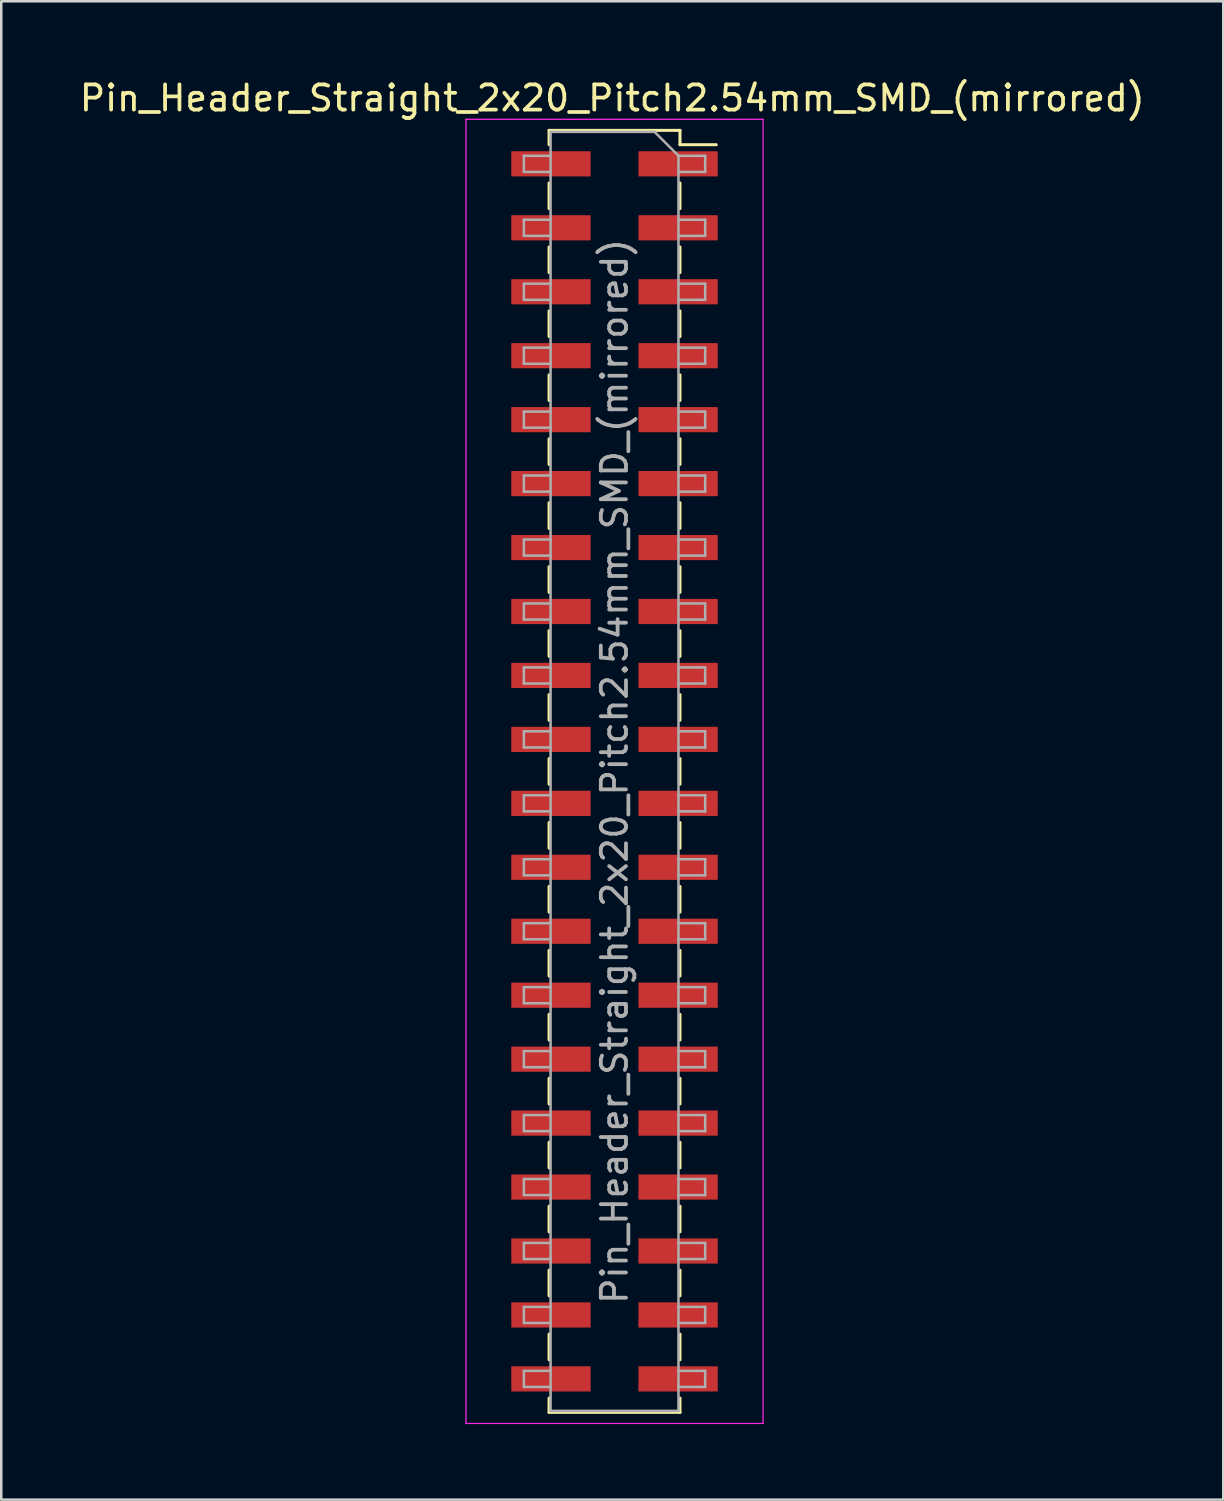
<source format=kicad_pcb>
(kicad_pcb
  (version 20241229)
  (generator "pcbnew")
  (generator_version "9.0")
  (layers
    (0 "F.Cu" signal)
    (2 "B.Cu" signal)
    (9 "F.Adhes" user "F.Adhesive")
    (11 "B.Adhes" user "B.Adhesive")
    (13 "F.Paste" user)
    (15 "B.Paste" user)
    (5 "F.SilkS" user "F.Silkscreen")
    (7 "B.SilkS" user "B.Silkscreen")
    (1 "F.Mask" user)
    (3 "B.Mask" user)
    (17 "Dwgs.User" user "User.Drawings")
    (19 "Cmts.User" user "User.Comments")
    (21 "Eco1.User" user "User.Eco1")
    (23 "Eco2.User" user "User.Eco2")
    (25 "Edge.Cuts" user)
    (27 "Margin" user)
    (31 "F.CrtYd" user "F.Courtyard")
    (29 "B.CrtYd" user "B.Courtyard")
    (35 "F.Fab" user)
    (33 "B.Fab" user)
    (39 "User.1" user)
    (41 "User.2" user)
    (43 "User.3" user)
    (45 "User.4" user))
  (footprint "Pin_Header_Straight_2x20_Pitch2.54mm_SMD_(mirrored)"
    (layer "F.Cu")
    (at 21.348 27.588)
    (property "Reference" "Pin_Header_Straight_2x20_Pitch2.54mm_SMD_(mirrored)" (at -0.08 -26.74 0) (layer "F.SilkS") (effects (font (size 1 1) (thickness 0.15))))
    (attr smd)
    (fp_line (start -2.59 -25.46) (end -2.59 -24.89) (stroke (width 0.12) (type solid)) (layer "F.SilkS"))
    (fp_line (start -2.59 -23.37) (end -2.59 -22.35) (stroke (width 0.12) (type solid)) (layer "F.SilkS"))
    (fp_line (start -2.59 -20.83) (end -2.59 -19.81) (stroke (width 0.12) (type solid)) (layer "F.SilkS"))
    (fp_line (start -2.59 -18.29) (end -2.59 -17.27) (stroke (width 0.12) (type solid)) (layer "F.SilkS"))
    (fp_line (start -2.59 -15.75) (end -2.59 -14.73) (stroke (width 0.12) (type solid)) (layer "F.SilkS"))
    (fp_line (start -2.59 -13.21) (end -2.59 -12.19) (stroke (width 0.12) (type solid)) (layer "F.SilkS"))
    (fp_line (start -2.59 -10.67) (end -2.59 -9.65) (stroke (width 0.12) (type solid)) (layer "F.SilkS"))
    (fp_line (start -2.59 -8.13) (end -2.59 -7.11) (stroke (width 0.12) (type solid)) (layer "F.SilkS"))
    (fp_line (start -2.59 -5.59) (end -2.59 -4.57) (stroke (width 0.12) (type solid)) (layer "F.SilkS"))
    (fp_line (start -2.59 -3.05) (end -2.59 -2.03) (stroke (width 0.12) (type solid)) (layer "F.SilkS"))
    (fp_line (start -2.59 -0.51) (end -2.59 0.51) (stroke (width 0.12) (type solid)) (layer "F.SilkS"))
    (fp_line (start -2.59 2.03) (end -2.59 3.05) (stroke (width 0.12) (type solid)) (layer "F.SilkS"))
    (fp_line (start -2.59 4.57) (end -2.59 5.59) (stroke (width 0.12) (type solid)) (layer "F.SilkS"))
    (fp_line (start -2.59 7.11) (end -2.59 8.13) (stroke (width 0.12) (type solid)) (layer "F.SilkS"))
    (fp_line (start -2.59 9.65) (end -2.59 10.67) (stroke (width 0.12) (type solid)) (layer "F.SilkS"))
    (fp_line (start -2.59 12.19) (end -2.59 13.21) (stroke (width 0.12) (type solid)) (layer "F.SilkS"))
    (fp_line (start -2.59 14.73) (end -2.59 15.75) (stroke (width 0.12) (type solid)) (layer "F.SilkS"))
    (fp_line (start -2.59 17.27) (end -2.59 18.29) (stroke (width 0.12) (type solid)) (layer "F.SilkS"))
    (fp_line (start -2.59 19.81) (end -2.59 20.83) (stroke (width 0.12) (type solid)) (layer "F.SilkS"))
    (fp_line (start -2.59 22.35) (end -2.59 23.37) (stroke (width 0.12) (type solid)) (layer "F.SilkS"))
    (fp_line (start -2.59 24.89) (end -2.59 25.46) (stroke (width 0.12) (type solid)) (layer "F.SilkS"))
    (fp_line (start 2.61 -25.46) (end -2.59 -25.46) (stroke (width 0.12) (type solid)) (layer "F.SilkS"))
    (fp_line (start 2.61 -25.46) (end 2.61 -24.89) (stroke (width 0.12) (type solid)) (layer "F.SilkS"))
    (fp_line (start 2.61 -23.37) (end 2.61 -22.35) (stroke (width 0.12) (type solid)) (layer "F.SilkS"))
    (fp_line (start 2.61 -20.83) (end 2.61 -19.81) (stroke (width 0.12) (type solid)) (layer "F.SilkS"))
    (fp_line (start 2.61 -18.29) (end 2.61 -17.27) (stroke (width 0.12) (type solid)) (layer "F.SilkS"))
    (fp_line (start 2.61 -15.75) (end 2.61 -14.73) (stroke (width 0.12) (type solid)) (layer "F.SilkS"))
    (fp_line (start 2.61 -13.21) (end 2.61 -12.19) (stroke (width 0.12) (type solid)) (layer "F.SilkS"))
    (fp_line (start 2.61 -10.67) (end 2.61 -9.65) (stroke (width 0.12) (type solid)) (layer "F.SilkS"))
    (fp_line (start 2.61 -8.13) (end 2.61 -7.11) (stroke (width 0.12) (type solid)) (layer "F.SilkS"))
    (fp_line (start 2.61 -5.59) (end 2.61 -4.57) (stroke (width 0.12) (type solid)) (layer "F.SilkS"))
    (fp_line (start 2.61 -3.05) (end 2.61 -2.03) (stroke (width 0.12) (type solid)) (layer "F.SilkS"))
    (fp_line (start 2.61 -0.51) (end 2.61 0.51) (stroke (width 0.12) (type solid)) (layer "F.SilkS"))
    (fp_line (start 2.61 2.03) (end 2.61 3.05) (stroke (width 0.12) (type solid)) (layer "F.SilkS"))
    (fp_line (start 2.61 4.57) (end 2.61 5.59) (stroke (width 0.12) (type solid)) (layer "F.SilkS"))
    (fp_line (start 2.61 7.11) (end 2.61 8.13) (stroke (width 0.12) (type solid)) (layer "F.SilkS"))
    (fp_line (start 2.61 9.65) (end 2.61 10.67) (stroke (width 0.12) (type solid)) (layer "F.SilkS"))
    (fp_line (start 2.61 12.19) (end 2.61 13.21) (stroke (width 0.12) (type solid)) (layer "F.SilkS"))
    (fp_line (start 2.61 14.73) (end 2.61 15.75) (stroke (width 0.12) (type solid)) (layer "F.SilkS"))
    (fp_line (start 2.61 17.27) (end 2.61 18.29) (stroke (width 0.12) (type solid)) (layer "F.SilkS"))
    (fp_line (start 2.61 19.81) (end 2.61 20.83) (stroke (width 0.12) (type solid)) (layer "F.SilkS"))
    (fp_line (start 2.61 22.35) (end 2.61 23.37) (stroke (width 0.12) (type solid)) (layer "F.SilkS"))
    (fp_line (start 2.61 24.89) (end 2.61 25.46) (stroke (width 0.12) (type solid)) (layer "F.SilkS"))
    (fp_line (start 2.61 25.46) (end -2.59 25.46) (stroke (width 0.12) (type solid)) (layer "F.SilkS"))
    (fp_line (start 4.05 -24.89) (end 2.61 -24.89) (stroke (width 0.12) (type solid)) (layer "F.SilkS"))
    (fp_line (start -5.89 -25.9) (end 5.91 -25.9) (stroke (width 0.05) (type solid)) (layer "F.CrtYd"))
    (fp_line (start -5.89 25.9) (end -5.89 -25.9) (stroke (width 0.05) (type solid)) (layer "F.CrtYd"))
    (fp_line (start 5.91 -25.9) (end 5.91 25.9) (stroke (width 0.05) (type solid)) (layer "F.CrtYd"))
    (fp_line (start 5.91 25.9) (end -5.89 25.9) (stroke (width 0.05) (type solid)) (layer "F.CrtYd"))
    (fp_line (start -3.59 -24.45) (end -3.59 -23.81) (stroke (width 0.1) (type solid)) (layer "F.Fab"))
    (fp_line (start -3.59 -23.81) (end -2.53 -23.81) (stroke (width 0.1) (type solid)) (layer "F.Fab"))
    (fp_line (start -3.59 -21.91) (end -3.59 -21.27) (stroke (width 0.1) (type solid)) (layer "F.Fab"))
    (fp_line (start -3.59 -21.27) (end -2.53 -21.27) (stroke (width 0.1) (type solid)) (layer "F.Fab"))
    (fp_line (start -3.59 -19.37) (end -3.59 -18.73) (stroke (width 0.1) (type solid)) (layer "F.Fab"))
    (fp_line (start -3.59 -18.73) (end -2.53 -18.73) (stroke (width 0.1) (type solid)) (layer "F.Fab"))
    (fp_line (start -3.59 -16.83) (end -3.59 -16.19) (stroke (width 0.1) (type solid)) (layer "F.Fab"))
    (fp_line (start -3.59 -16.19) (end -2.53 -16.19) (stroke (width 0.1) (type solid)) (layer "F.Fab"))
    (fp_line (start -3.59 -14.29) (end -3.59 -13.65) (stroke (width 0.1) (type solid)) (layer "F.Fab"))
    (fp_line (start -3.59 -13.65) (end -2.53 -13.65) (stroke (width 0.1) (type solid)) (layer "F.Fab"))
    (fp_line (start -3.59 -11.75) (end -3.59 -11.11) (stroke (width 0.1) (type solid)) (layer "F.Fab"))
    (fp_line (start -3.59 -11.11) (end -2.53 -11.11) (stroke (width 0.1) (type solid)) (layer "F.Fab"))
    (fp_line (start -3.59 -9.21) (end -3.59 -8.57) (stroke (width 0.1) (type solid)) (layer "F.Fab"))
    (fp_line (start -3.59 -8.57) (end -2.53 -8.57) (stroke (width 0.1) (type solid)) (layer "F.Fab"))
    (fp_line (start -3.59 -6.67) (end -3.59 -6.03) (stroke (width 0.1) (type solid)) (layer "F.Fab"))
    (fp_line (start -3.59 -6.03) (end -2.53 -6.03) (stroke (width 0.1) (type solid)) (layer "F.Fab"))
    (fp_line (start -3.59 -4.13) (end -3.59 -3.49) (stroke (width 0.1) (type solid)) (layer "F.Fab"))
    (fp_line (start -3.59 -3.49) (end -2.53 -3.49) (stroke (width 0.1) (type solid)) (layer "F.Fab"))
    (fp_line (start -3.59 -1.59) (end -3.59 -0.95) (stroke (width 0.1) (type solid)) (layer "F.Fab"))
    (fp_line (start -3.59 -0.95) (end -2.53 -0.95) (stroke (width 0.1) (type solid)) (layer "F.Fab"))
    (fp_line (start -3.59 0.95) (end -3.59 1.59) (stroke (width 0.1) (type solid)) (layer "F.Fab"))
    (fp_line (start -3.59 1.59) (end -2.53 1.59) (stroke (width 0.1) (type solid)) (layer "F.Fab"))
    (fp_line (start -3.59 3.49) (end -3.59 4.13) (stroke (width 0.1) (type solid)) (layer "F.Fab"))
    (fp_line (start -3.59 4.13) (end -2.53 4.13) (stroke (width 0.1) (type solid)) (layer "F.Fab"))
    (fp_line (start -3.59 6.03) (end -3.59 6.67) (stroke (width 0.1) (type solid)) (layer "F.Fab"))
    (fp_line (start -3.59 6.67) (end -2.53 6.67) (stroke (width 0.1) (type solid)) (layer "F.Fab"))
    (fp_line (start -3.59 8.57) (end -3.59 9.21) (stroke (width 0.1) (type solid)) (layer "F.Fab"))
    (fp_line (start -3.59 9.21) (end -2.53 9.21) (stroke (width 0.1) (type solid)) (layer "F.Fab"))
    (fp_line (start -3.59 11.11) (end -3.59 11.75) (stroke (width 0.1) (type solid)) (layer "F.Fab"))
    (fp_line (start -3.59 11.75) (end -2.53 11.75) (stroke (width 0.1) (type solid)) (layer "F.Fab"))
    (fp_line (start -3.59 13.65) (end -3.59 14.29) (stroke (width 0.1) (type solid)) (layer "F.Fab"))
    (fp_line (start -3.59 14.29) (end -2.53 14.29) (stroke (width 0.1) (type solid)) (layer "F.Fab"))
    (fp_line (start -3.59 16.19) (end -3.59 16.83) (stroke (width 0.1) (type solid)) (layer "F.Fab"))
    (fp_line (start -3.59 16.83) (end -2.53 16.83) (stroke (width 0.1) (type solid)) (layer "F.Fab"))
    (fp_line (start -3.59 18.73) (end -3.59 19.37) (stroke (width 0.1) (type solid)) (layer "F.Fab"))
    (fp_line (start -3.59 19.37) (end -2.53 19.37) (stroke (width 0.1) (type solid)) (layer "F.Fab"))
    (fp_line (start -3.59 21.27) (end -3.59 21.91) (stroke (width 0.1) (type solid)) (layer "F.Fab"))
    (fp_line (start -3.59 21.91) (end -2.53 21.91) (stroke (width 0.1) (type solid)) (layer "F.Fab"))
    (fp_line (start -3.59 23.81) (end -3.59 24.45) (stroke (width 0.1) (type solid)) (layer "F.Fab"))
    (fp_line (start -3.59 24.45) (end -2.53 24.45) (stroke (width 0.1) (type solid)) (layer "F.Fab"))
    (fp_line (start -2.53 -25.4) (end -2.53 25.4) (stroke (width 0.1) (type solid)) (layer "F.Fab"))
    (fp_line (start -2.53 -24.45) (end -3.59 -24.45) (stroke (width 0.1) (type solid)) (layer "F.Fab"))
    (fp_line (start -2.53 -21.91) (end -3.59 -21.91) (stroke (width 0.1) (type solid)) (layer "F.Fab"))
    (fp_line (start -2.53 -19.37) (end -3.59 -19.37) (stroke (width 0.1) (type solid)) (layer "F.Fab"))
    (fp_line (start -2.53 -16.83) (end -3.59 -16.83) (stroke (width 0.1) (type solid)) (layer "F.Fab"))
    (fp_line (start -2.53 -14.29) (end -3.59 -14.29) (stroke (width 0.1) (type solid)) (layer "F.Fab"))
    (fp_line (start -2.53 -11.75) (end -3.59 -11.75) (stroke (width 0.1) (type solid)) (layer "F.Fab"))
    (fp_line (start -2.53 -9.21) (end -3.59 -9.21) (stroke (width 0.1) (type solid)) (layer "F.Fab"))
    (fp_line (start -2.53 -6.67) (end -3.59 -6.67) (stroke (width 0.1) (type solid)) (layer "F.Fab"))
    (fp_line (start -2.53 -4.13) (end -3.59 -4.13) (stroke (width 0.1) (type solid)) (layer "F.Fab"))
    (fp_line (start -2.53 -1.59) (end -3.59 -1.59) (stroke (width 0.1) (type solid)) (layer "F.Fab"))
    (fp_line (start -2.53 0.95) (end -3.59 0.95) (stroke (width 0.1) (type solid)) (layer "F.Fab"))
    (fp_line (start -2.53 3.49) (end -3.59 3.49) (stroke (width 0.1) (type solid)) (layer "F.Fab"))
    (fp_line (start -2.53 6.03) (end -3.59 6.03) (stroke (width 0.1) (type solid)) (layer "F.Fab"))
    (fp_line (start -2.53 8.57) (end -3.59 8.57) (stroke (width 0.1) (type solid)) (layer "F.Fab"))
    (fp_line (start -2.53 11.11) (end -3.59 11.11) (stroke (width 0.1) (type solid)) (layer "F.Fab"))
    (fp_line (start -2.53 13.65) (end -3.59 13.65) (stroke (width 0.1) (type solid)) (layer "F.Fab"))
    (fp_line (start -2.53 16.19) (end -3.59 16.19) (stroke (width 0.1) (type solid)) (layer "F.Fab"))
    (fp_line (start -2.53 18.73) (end -3.59 18.73) (stroke (width 0.1) (type solid)) (layer "F.Fab"))
    (fp_line (start -2.53 21.27) (end -3.59 21.27) (stroke (width 0.1) (type solid)) (layer "F.Fab"))
    (fp_line (start -2.53 23.81) (end -3.59 23.81) (stroke (width 0.1) (type solid)) (layer "F.Fab"))
    (fp_line (start -2.53 25.4) (end 2.55 25.4) (stroke (width 0.1) (type solid)) (layer "F.Fab"))
    (fp_line (start 1.6 -25.4) (end -2.53 -25.4) (stroke (width 0.1) (type solid)) (layer "F.Fab"))
    (fp_line (start 2.55 -24.45) (end 1.6 -25.4) (stroke (width 0.1) (type solid)) (layer "F.Fab"))
    (fp_line (start 2.55 -24.45) (end 3.61 -24.45) (stroke (width 0.1) (type solid)) (layer "F.Fab"))
    (fp_line (start 2.55 -21.91) (end 3.61 -21.91) (stroke (width 0.1) (type solid)) (layer "F.Fab"))
    (fp_line (start 2.55 -19.37) (end 3.61 -19.37) (stroke (width 0.1) (type solid)) (layer "F.Fab"))
    (fp_line (start 2.55 -16.83) (end 3.61 -16.83) (stroke (width 0.1) (type solid)) (layer "F.Fab"))
    (fp_line (start 2.55 -14.29) (end 3.61 -14.29) (stroke (width 0.1) (type solid)) (layer "F.Fab"))
    (fp_line (start 2.55 -11.75) (end 3.61 -11.75) (stroke (width 0.1) (type solid)) (layer "F.Fab"))
    (fp_line (start 2.55 -9.21) (end 3.61 -9.21) (stroke (width 0.1) (type solid)) (layer "F.Fab"))
    (fp_line (start 2.55 -6.67) (end 3.61 -6.67) (stroke (width 0.1) (type solid)) (layer "F.Fab"))
    (fp_line (start 2.55 -4.13) (end 3.61 -4.13) (stroke (width 0.1) (type solid)) (layer "F.Fab"))
    (fp_line (start 2.55 -1.59) (end 3.61 -1.59) (stroke (width 0.1) (type solid)) (layer "F.Fab"))
    (fp_line (start 2.55 0.95) (end 3.61 0.95) (stroke (width 0.1) (type solid)) (layer "F.Fab"))
    (fp_line (start 2.55 3.49) (end 3.61 3.49) (stroke (width 0.1) (type solid)) (layer "F.Fab"))
    (fp_line (start 2.55 6.03) (end 3.61 6.03) (stroke (width 0.1) (type solid)) (layer "F.Fab"))
    (fp_line (start 2.55 8.57) (end 3.61 8.57) (stroke (width 0.1) (type solid)) (layer "F.Fab"))
    (fp_line (start 2.55 11.11) (end 3.61 11.11) (stroke (width 0.1) (type solid)) (layer "F.Fab"))
    (fp_line (start 2.55 13.65) (end 3.61 13.65) (stroke (width 0.1) (type solid)) (layer "F.Fab"))
    (fp_line (start 2.55 16.19) (end 3.61 16.19) (stroke (width 0.1) (type solid)) (layer "F.Fab"))
    (fp_line (start 2.55 18.73) (end 3.61 18.73) (stroke (width 0.1) (type solid)) (layer "F.Fab"))
    (fp_line (start 2.55 21.27) (end 3.61 21.27) (stroke (width 0.1) (type solid)) (layer "F.Fab"))
    (fp_line (start 2.55 23.81) (end 3.61 23.81) (stroke (width 0.1) (type solid)) (layer "F.Fab"))
    (fp_line (start 2.55 25.4) (end 2.55 -24.45) (stroke (width 0.1) (type solid)) (layer "F.Fab"))
    (fp_line (start 3.61 -24.45) (end 3.61 -23.81) (stroke (width 0.1) (type solid)) (layer "F.Fab"))
    (fp_line (start 3.61 -23.81) (end 2.55 -23.81) (stroke (width 0.1) (type solid)) (layer "F.Fab"))
    (fp_line (start 3.61 -21.91) (end 3.61 -21.27) (stroke (width 0.1) (type solid)) (layer "F.Fab"))
    (fp_line (start 3.61 -21.27) (end 2.55 -21.27) (stroke (width 0.1) (type solid)) (layer "F.Fab"))
    (fp_line (start 3.61 -19.37) (end 3.61 -18.73) (stroke (width 0.1) (type solid)) (layer "F.Fab"))
    (fp_line (start 3.61 -18.73) (end 2.55 -18.73) (stroke (width 0.1) (type solid)) (layer "F.Fab"))
    (fp_line (start 3.61 -16.83) (end 3.61 -16.19) (stroke (width 0.1) (type solid)) (layer "F.Fab"))
    (fp_line (start 3.61 -16.19) (end 2.55 -16.19) (stroke (width 0.1) (type solid)) (layer "F.Fab"))
    (fp_line (start 3.61 -14.29) (end 3.61 -13.65) (stroke (width 0.1) (type solid)) (layer "F.Fab"))
    (fp_line (start 3.61 -13.65) (end 2.55 -13.65) (stroke (width 0.1) (type solid)) (layer "F.Fab"))
    (fp_line (start 3.61 -11.75) (end 3.61 -11.11) (stroke (width 0.1) (type solid)) (layer "F.Fab"))
    (fp_line (start 3.61 -11.11) (end 2.55 -11.11) (stroke (width 0.1) (type solid)) (layer "F.Fab"))
    (fp_line (start 3.61 -9.21) (end 3.61 -8.57) (stroke (width 0.1) (type solid)) (layer "F.Fab"))
    (fp_line (start 3.61 -8.57) (end 2.55 -8.57) (stroke (width 0.1) (type solid)) (layer "F.Fab"))
    (fp_line (start 3.61 -6.67) (end 3.61 -6.03) (stroke (width 0.1) (type solid)) (layer "F.Fab"))
    (fp_line (start 3.61 -6.03) (end 2.55 -6.03) (stroke (width 0.1) (type solid)) (layer "F.Fab"))
    (fp_line (start 3.61 -4.13) (end 3.61 -3.49) (stroke (width 0.1) (type solid)) (layer "F.Fab"))
    (fp_line (start 3.61 -3.49) (end 2.55 -3.49) (stroke (width 0.1) (type solid)) (layer "F.Fab"))
    (fp_line (start 3.61 -1.59) (end 3.61 -0.95) (stroke (width 0.1) (type solid)) (layer "F.Fab"))
    (fp_line (start 3.61 -0.95) (end 2.55 -0.95) (stroke (width 0.1) (type solid)) (layer "F.Fab"))
    (fp_line (start 3.61 0.95) (end 3.61 1.59) (stroke (width 0.1) (type solid)) (layer "F.Fab"))
    (fp_line (start 3.61 1.59) (end 2.55 1.59) (stroke (width 0.1) (type solid)) (layer "F.Fab"))
    (fp_line (start 3.61 3.49) (end 3.61 4.13) (stroke (width 0.1) (type solid)) (layer "F.Fab"))
    (fp_line (start 3.61 4.13) (end 2.55 4.13) (stroke (width 0.1) (type solid)) (layer "F.Fab"))
    (fp_line (start 3.61 6.03) (end 3.61 6.67) (stroke (width 0.1) (type solid)) (layer "F.Fab"))
    (fp_line (start 3.61 6.67) (end 2.55 6.67) (stroke (width 0.1) (type solid)) (layer "F.Fab"))
    (fp_line (start 3.61 8.57) (end 3.61 9.21) (stroke (width 0.1) (type solid)) (layer "F.Fab"))
    (fp_line (start 3.61 9.21) (end 2.55 9.21) (stroke (width 0.1) (type solid)) (layer "F.Fab"))
    (fp_line (start 3.61 11.11) (end 3.61 11.75) (stroke (width 0.1) (type solid)) (layer "F.Fab"))
    (fp_line (start 3.61 11.75) (end 2.55 11.75) (stroke (width 0.1) (type solid)) (layer "F.Fab"))
    (fp_line (start 3.61 13.65) (end 3.61 14.29) (stroke (width 0.1) (type solid)) (layer "F.Fab"))
    (fp_line (start 3.61 14.29) (end 2.55 14.29) (stroke (width 0.1) (type solid)) (layer "F.Fab"))
    (fp_line (start 3.61 16.19) (end 3.61 16.83) (stroke (width 0.1) (type solid)) (layer "F.Fab"))
    (fp_line (start 3.61 16.83) (end 2.55 16.83) (stroke (width 0.1) (type solid)) (layer "F.Fab"))
    (fp_line (start 3.61 18.73) (end 3.61 19.37) (stroke (width 0.1) (type solid)) (layer "F.Fab"))
    (fp_line (start 3.61 19.37) (end 2.55 19.37) (stroke (width 0.1) (type solid)) (layer "F.Fab"))
    (fp_line (start 3.61 21.27) (end 3.61 21.91) (stroke (width 0.1) (type solid)) (layer "F.Fab"))
    (fp_line (start 3.61 21.91) (end 2.55 21.91) (stroke (width 0.1) (type solid)) (layer "F.Fab"))
    (fp_line (start 3.61 23.81) (end 3.61 24.45) (stroke (width 0.1) (type solid)) (layer "F.Fab"))
    (fp_line (start 3.61 24.45) (end 2.55 24.45) (stroke (width 0.1) (type solid)) (layer "F.Fab"))
    (fp_text user "${REFERENCE}" (at 0.01 0 270) (layer "F.Fab") (effects (font (size 1 1) (thickness 0.15))))
    (pad "1" smd rect (at 2.535 -24.13) (size 3.15 1) (layers "F.Cu" "F.Mask" "F.Paste"))
    (pad "2" smd rect (at -2.515 -24.13) (size 3.15 1) (layers "F.Cu" "F.Mask" "F.Paste"))
    (pad "3" smd rect (at 2.535 -21.59) (size 3.15 1) (layers "F.Cu" "F.Mask" "F.Paste"))
    (pad "4" smd rect (at -2.515 -21.59) (size 3.15 1) (layers "F.Cu" "F.Mask" "F.Paste"))
    (pad "5" smd rect (at 2.535 -19.05) (size 3.15 1) (layers "F.Cu" "F.Mask" "F.Paste"))
    (pad "6" smd rect (at -2.515 -19.05) (size 3.15 1) (layers "F.Cu" "F.Mask" "F.Paste"))
    (pad "7" smd rect (at 2.535 -16.51) (size 3.15 1) (layers "F.Cu" "F.Mask" "F.Paste"))
    (pad "8" smd rect (at -2.515 -16.51) (size 3.15 1) (layers "F.Cu" "F.Mask" "F.Paste"))
    (pad "9" smd rect (at 2.535 -13.97) (size 3.15 1) (layers "F.Cu" "F.Mask" "F.Paste"))
    (pad "10" smd rect (at -2.515 -13.97) (size 3.15 1) (layers "F.Cu" "F.Mask" "F.Paste"))
    (pad "11" smd rect (at 2.535 -11.43) (size 3.15 1) (layers "F.Cu" "F.Mask" "F.Paste"))
    (pad "12" smd rect (at -2.515 -11.43) (size 3.15 1) (layers "F.Cu" "F.Mask" "F.Paste"))
    (pad "13" smd rect (at 2.535 -8.89) (size 3.15 1) (layers "F.Cu" "F.Mask" "F.Paste"))
    (pad "14" smd rect (at -2.515 -8.89) (size 3.15 1) (layers "F.Cu" "F.Mask" "F.Paste"))
    (pad "15" smd rect (at 2.535 -6.35) (size 3.15 1) (layers "F.Cu" "F.Mask" "F.Paste"))
    (pad "16" smd rect (at -2.515 -6.35) (size 3.15 1) (layers "F.Cu" "F.Mask" "F.Paste"))
    (pad "17" smd rect (at 2.535 -3.81) (size 3.15 1) (layers "F.Cu" "F.Mask" "F.Paste"))
    (pad "18" smd rect (at -2.515 -3.81) (size 3.15 1) (layers "F.Cu" "F.Mask" "F.Paste"))
    (pad "19" smd rect (at 2.535 -1.27) (size 3.15 1) (layers "F.Cu" "F.Mask" "F.Paste"))
    (pad "20" smd rect (at -2.515 -1.27) (size 3.15 1) (layers "F.Cu" "F.Mask" "F.Paste"))
    (pad "21" smd rect (at 2.535 1.27) (size 3.15 1) (layers "F.Cu" "F.Mask" "F.Paste"))
    (pad "22" smd rect (at -2.515 1.27) (size 3.15 1) (layers "F.Cu" "F.Mask" "F.Paste"))
    (pad "23" smd rect (at 2.535 3.81) (size 3.15 1) (layers "F.Cu" "F.Mask" "F.Paste"))
    (pad "24" smd rect (at -2.515 3.81) (size 3.15 1) (layers "F.Cu" "F.Mask" "F.Paste"))
    (pad "25" smd rect (at 2.535 6.35) (size 3.15 1) (layers "F.Cu" "F.Mask" "F.Paste"))
    (pad "26" smd rect (at -2.515 6.35) (size 3.15 1) (layers "F.Cu" "F.Mask" "F.Paste"))
    (pad "27" smd rect (at 2.535 8.89) (size 3.15 1) (layers "F.Cu" "F.Mask" "F.Paste"))
    (pad "28" smd rect (at -2.515 8.89) (size 3.15 1) (layers "F.Cu" "F.Mask" "F.Paste"))
    (pad "29" smd rect (at 2.535 11.43) (size 3.15 1) (layers "F.Cu" "F.Mask" "F.Paste"))
    (pad "30" smd rect (at -2.515 11.43) (size 3.15 1) (layers "F.Cu" "F.Mask" "F.Paste"))
    (pad "31" smd rect (at 2.535 13.97) (size 3.15 1) (layers "F.Cu" "F.Mask" "F.Paste"))
    (pad "32" smd rect (at -2.515 13.97) (size 3.15 1) (layers "F.Cu" "F.Mask" "F.Paste"))
    (pad "33" smd rect (at 2.535 16.51) (size 3.15 1) (layers "F.Cu" "F.Mask" "F.Paste"))
    (pad "34" smd rect (at -2.515 16.51) (size 3.15 1) (layers "F.Cu" "F.Mask" "F.Paste"))
    (pad "35" smd rect (at 2.535 19.05) (size 3.15 1) (layers "F.Cu" "F.Mask" "F.Paste"))
    (pad "36" smd rect (at -2.515 19.05) (size 3.15 1) (layers "F.Cu" "F.Mask" "F.Paste"))
    (pad "37" smd rect (at 2.535 21.59) (size 3.15 1) (layers "F.Cu" "F.Mask" "F.Paste"))
    (pad "38" smd rect (at -2.515 21.59) (size 3.15 1) (layers "F.Cu" "F.Mask" "F.Paste"))
    (pad "39" smd rect (at 2.535 24.13) (size 3.15 1) (layers "F.Cu" "F.Mask" "F.Paste"))
    (pad "40" smd rect (at -2.515 24.13) (size 3.15 1) (layers "F.Cu" "F.Mask" "F.Paste")))
  (gr_rect
    (start -3 -3)
    (end 45.536 56.513)
    (stroke (width 0.1) (type default))
    (fill no)
    (layer "Edge.Cuts")))
</source>
